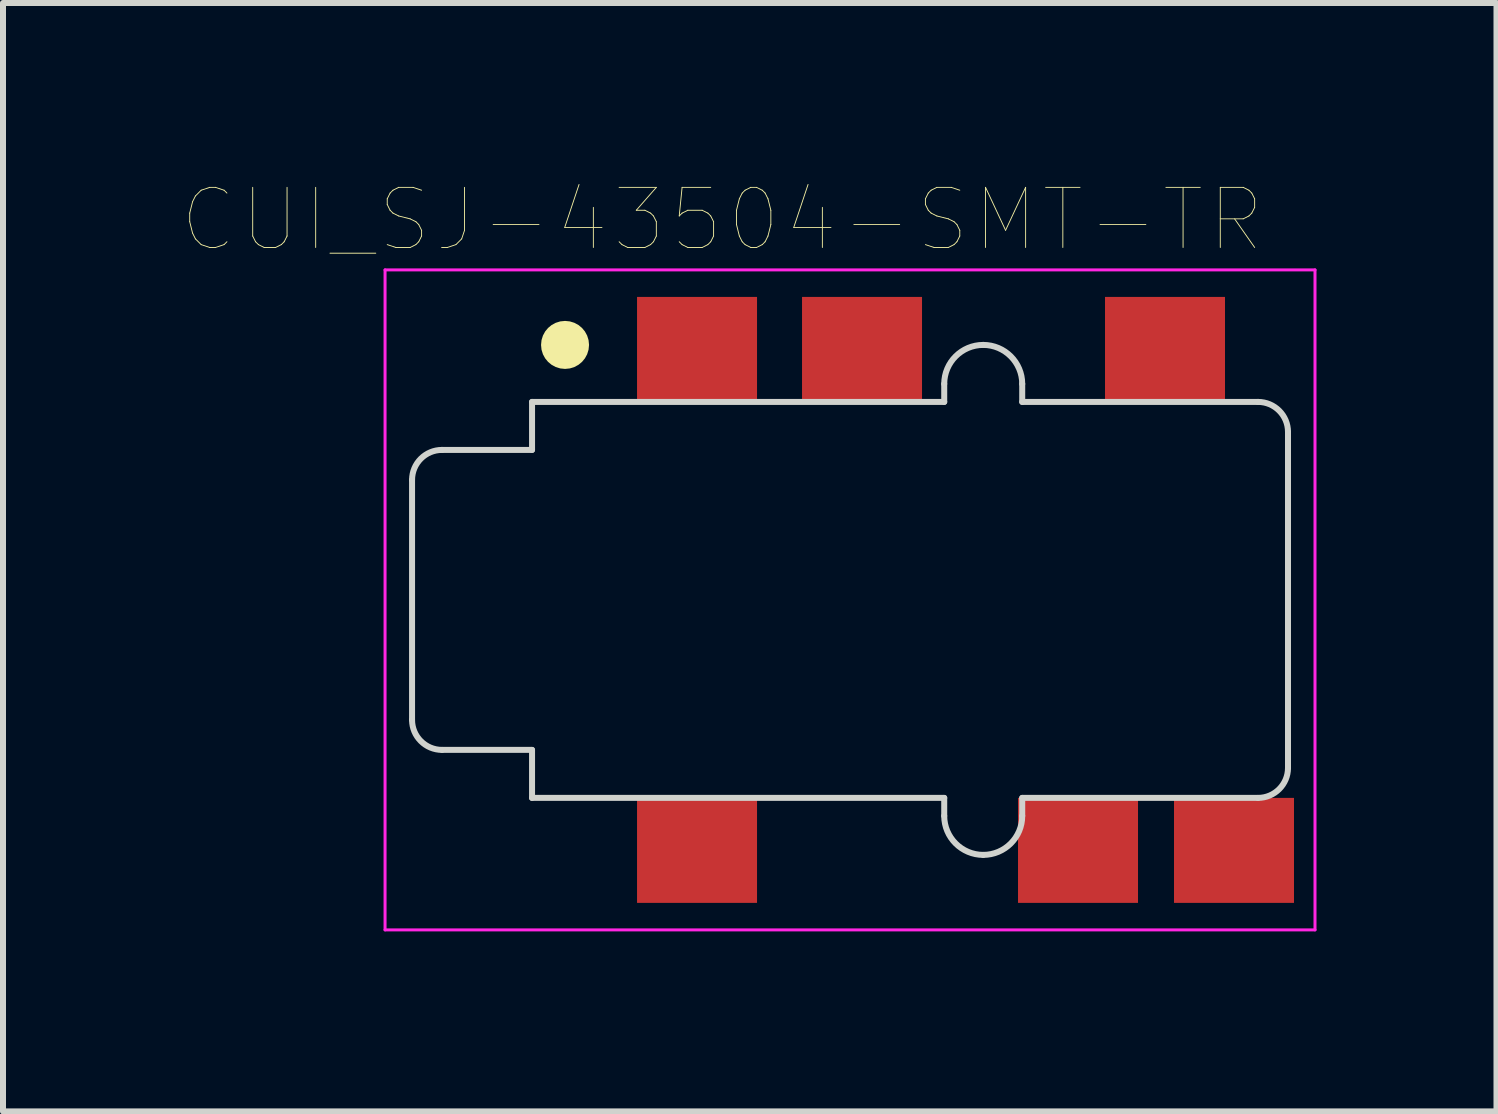
<source format=kicad_pcb>
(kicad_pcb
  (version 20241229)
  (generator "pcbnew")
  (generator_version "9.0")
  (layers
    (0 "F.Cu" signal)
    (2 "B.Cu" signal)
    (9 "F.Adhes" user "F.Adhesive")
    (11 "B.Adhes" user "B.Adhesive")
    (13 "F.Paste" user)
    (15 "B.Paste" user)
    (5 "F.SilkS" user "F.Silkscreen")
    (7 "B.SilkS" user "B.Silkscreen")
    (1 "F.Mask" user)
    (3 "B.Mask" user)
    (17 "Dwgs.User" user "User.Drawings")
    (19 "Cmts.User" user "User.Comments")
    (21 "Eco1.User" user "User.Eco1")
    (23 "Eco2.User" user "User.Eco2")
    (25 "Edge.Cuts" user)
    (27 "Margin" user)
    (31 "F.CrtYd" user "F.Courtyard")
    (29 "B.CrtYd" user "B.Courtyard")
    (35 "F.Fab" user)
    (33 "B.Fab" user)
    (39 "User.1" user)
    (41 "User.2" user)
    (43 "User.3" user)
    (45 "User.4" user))
  (footprint "CUI_SJ-43504-SMT-TR"
    (layer "F.Cu")
    (at 12.118 6.949)
    (property "Reference" "CUI_SJ-43504-SMT-TR" (at -3.131 -6.337 0) (layer "F.SilkS") (effects (font (size 1.002 1.002) (thickness 0.015))))
    (attr through_hole)
    (fp_circle (center -5.75 -4.25) (end -5.55 -4.25) (stroke (width 0.4) (type solid)) (fill no) (layer "F.SilkS"))
    (fp_line (start -8.3 2) (end -8.3 -2) (stroke (width 0.1) (type solid)) (layer "Edge.Cuts"))
    (fp_line (start -7.8 -2.5) (end -6.3 -2.5) (stroke (width 0.1) (type solid)) (layer "Edge.Cuts"))
    (fp_line (start -6.3 -3.3) (end 0.57 -3.3) (stroke (width 0.1) (type solid)) (layer "Edge.Cuts"))
    (fp_line (start -6.3 -2.5) (end -6.3 -3.3) (stroke (width 0.1) (type solid)) (layer "Edge.Cuts"))
    (fp_line (start -6.3 2.5) (end -7.8 2.5) (stroke (width 0.1) (type solid)) (layer "Edge.Cuts"))
    (fp_line (start -6.3 3.3) (end -6.3 2.5) (stroke (width 0.1) (type solid)) (layer "Edge.Cuts"))
    (fp_line (start 0.57 -3.3) (end 0.57 -3.6) (stroke (width 0.1) (type solid)) (layer "Edge.Cuts"))
    (fp_line (start 0.57 3.3) (end -6.3 3.3) (stroke (width 0.1) (type solid)) (layer "Edge.Cuts"))
    (fp_line (start 0.57 3.6) (end 0.57 3.3) (stroke (width 0.1) (type solid)) (layer "Edge.Cuts"))
    (fp_line (start 1.87 -3.6) (end 1.87 -3.3) (stroke (width 0.1) (type solid)) (layer "Edge.Cuts"))
    (fp_line (start 1.87 -3.3) (end 5.8 -3.3) (stroke (width 0.1) (type solid)) (layer "Edge.Cuts"))
    (fp_line (start 1.87 3.3) (end 1.87 3.6) (stroke (width 0.1) (type solid)) (layer "Edge.Cuts"))
    (fp_line (start 5.8 3.3) (end 1.87 3.3) (stroke (width 0.1) (type solid)) (layer "Edge.Cuts"))
    (fp_line (start 6.3 -2.8) (end 6.3 2.8) (stroke (width 0.1) (type solid)) (layer "Edge.Cuts"))
    (fp_arc (start -8.3 -2) (mid -8.153553 -2.353553) (end -7.8 -2.5) (stroke (width 0.1) (type solid)) (layer "Edge.Cuts"))
    (fp_arc (start -7.8 2.5) (mid -8.153553 2.353553) (end -8.3 2) (stroke (width 0.1) (type solid)) (layer "Edge.Cuts"))
    (fp_arc (start 0.57 -3.6) (mid 0.760381 -4.059619) (end 1.22 -4.25) (stroke (width 0.1) (type solid)) (layer "Edge.Cuts"))
    (fp_arc (start 1.22 -4.25) (mid 1.679619 -4.059619) (end 1.87 -3.6) (stroke (width 0.1) (type solid)) (layer "Edge.Cuts"))
    (fp_arc (start 1.22 4.25) (mid 0.760381 4.059619) (end 0.57 3.6) (stroke (width 0.1) (type solid)) (layer "Edge.Cuts"))
    (fp_arc (start 1.87 3.6) (mid 1.679619 4.059619) (end 1.22 4.25) (stroke (width 0.1) (type solid)) (layer "Edge.Cuts"))
    (fp_arc (start 5.8 -3.3) (mid 6.153553 -3.153553) (end 6.3 -2.8) (stroke (width 0.1) (type solid)) (layer "Edge.Cuts"))
    (fp_arc (start 6.3 2.8) (mid 6.153553 3.153553) (end 5.8 3.3) (stroke (width 0.1) (type solid)) (layer "Edge.Cuts"))
    (fp_line (start -8.75 -5.5) (end 6.75 -5.5) (stroke (width 0.05) (type solid)) (layer "F.CrtYd"))
    (fp_line (start -8.75 5.5) (end -8.75 -5.5) (stroke (width 0.05) (type solid)) (layer "F.CrtYd"))
    (fp_line (start 6.75 -5.5) (end 6.75 5.5) (stroke (width 0.05) (type solid)) (layer "F.CrtYd"))
    (fp_line (start 6.75 5.5) (end -8.75 5.5) (stroke (width 0.05) (type solid)) (layer "F.CrtYd"))
    (pad "1" smd rect (at -3.55 -4.175) (size 2 1.75) (layers "F.Cu" "F.Mask" "F.Paste"))
    (pad "2" smd rect (at 2.8 4.175) (size 2 1.75) (layers "F.Cu" "F.Mask" "F.Paste"))
    (pad "3" smd rect (at -0.8 -4.175) (size 2 1.75) (layers "F.Cu" "F.Mask" "F.Paste"))
    (pad "4" smd rect (at -3.55 4.175) (size 2 1.75) (layers "F.Cu" "F.Mask" "F.Paste"))
    (pad "5" smd rect (at 5.4 4.175) (size 2 1.75) (layers "F.Cu" "F.Mask" "F.Paste"))
    (pad "6" smd rect (at 4.25 -4.175) (size 2 1.75) (layers "F.Cu" "F.Mask" "F.Paste")))
  (gr_rect
    (start -3 -3)
    (end 21.893 15.474)
    (stroke (width 0.1) (type default))
    (fill no)
    (layer "Edge.Cuts")))
</source>
